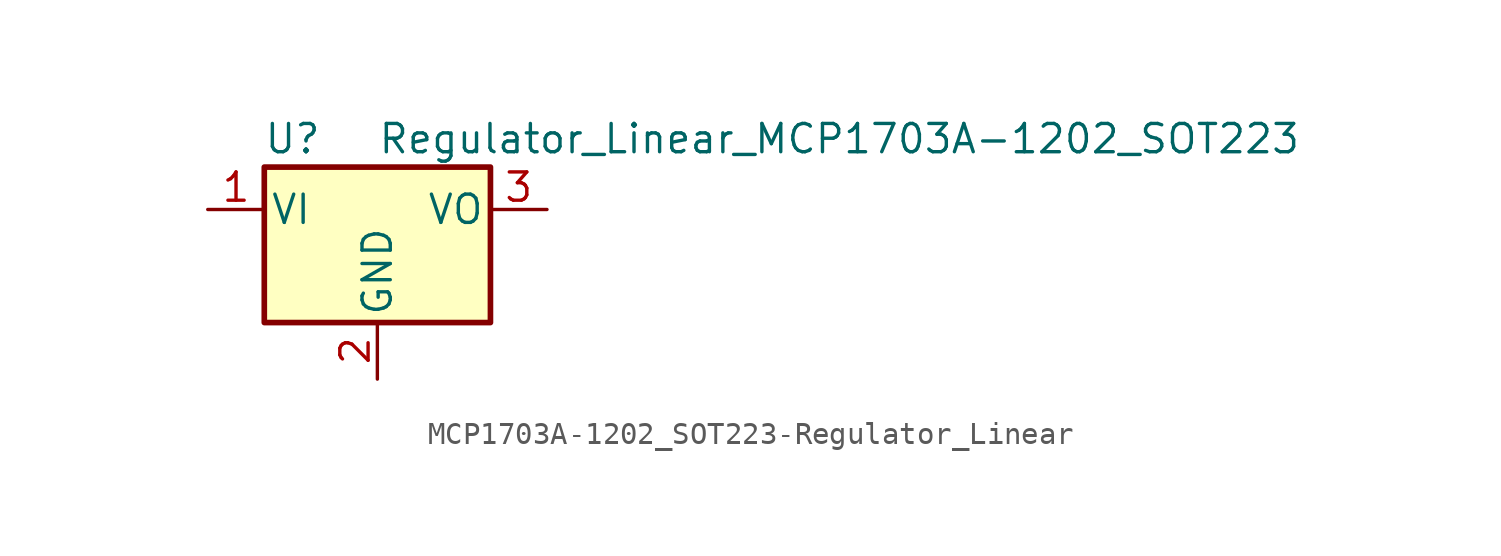
<source format=kicad_sym>
(kicad_symbol_lib
  (version 20220914)
  (generator kicad_symbol_editor)
  (symbol "MCP1703A-1202_SOT223-Regulator_Linear"
    (pin_names
      (offset 0.254))
    (property "Reference" "U"
      (at -3.81 3.175 0)
      (effects (font (size 1.27 1.27))))
    (property "Value" "Regulator_Linear_MCP1703A-1202_SOT223"
      (at 0 3.175 0)
      (effects (font (size 1.27 1.27)) (justify left)))
    (symbol "MCP1703A-1202_SOT223-Regulator_Linear_0_1"
      (rectangle (start -5.08 -5.08) (end 5.08 1.905) (stroke (width 0.254) (type solid)) (fill (type background))))
    (symbol "MCP1703A-1202_SOT223-Regulator_Linear_1_1"
      (pin power_in line (at -7.62 0 0) (length 2.54) (name "VI" (effects (font (size 1.27 1.27)))) (number "1" (effects (font (size 1.27 1.27)))))
      (pin power_in line (at 0 -7.62 90) (length 2.54) (name "GND" (effects (font (size 1.27 1.27)))) (number "2" (effects (font (size 1.27 1.27)))))
      (pin power_out line (at 7.62 0 180) (length 2.54) (name "VO" (effects (font (size 1.27 1.27)))) (number "3" (effects (font (size 1.27 1.27))))))))
</source>
